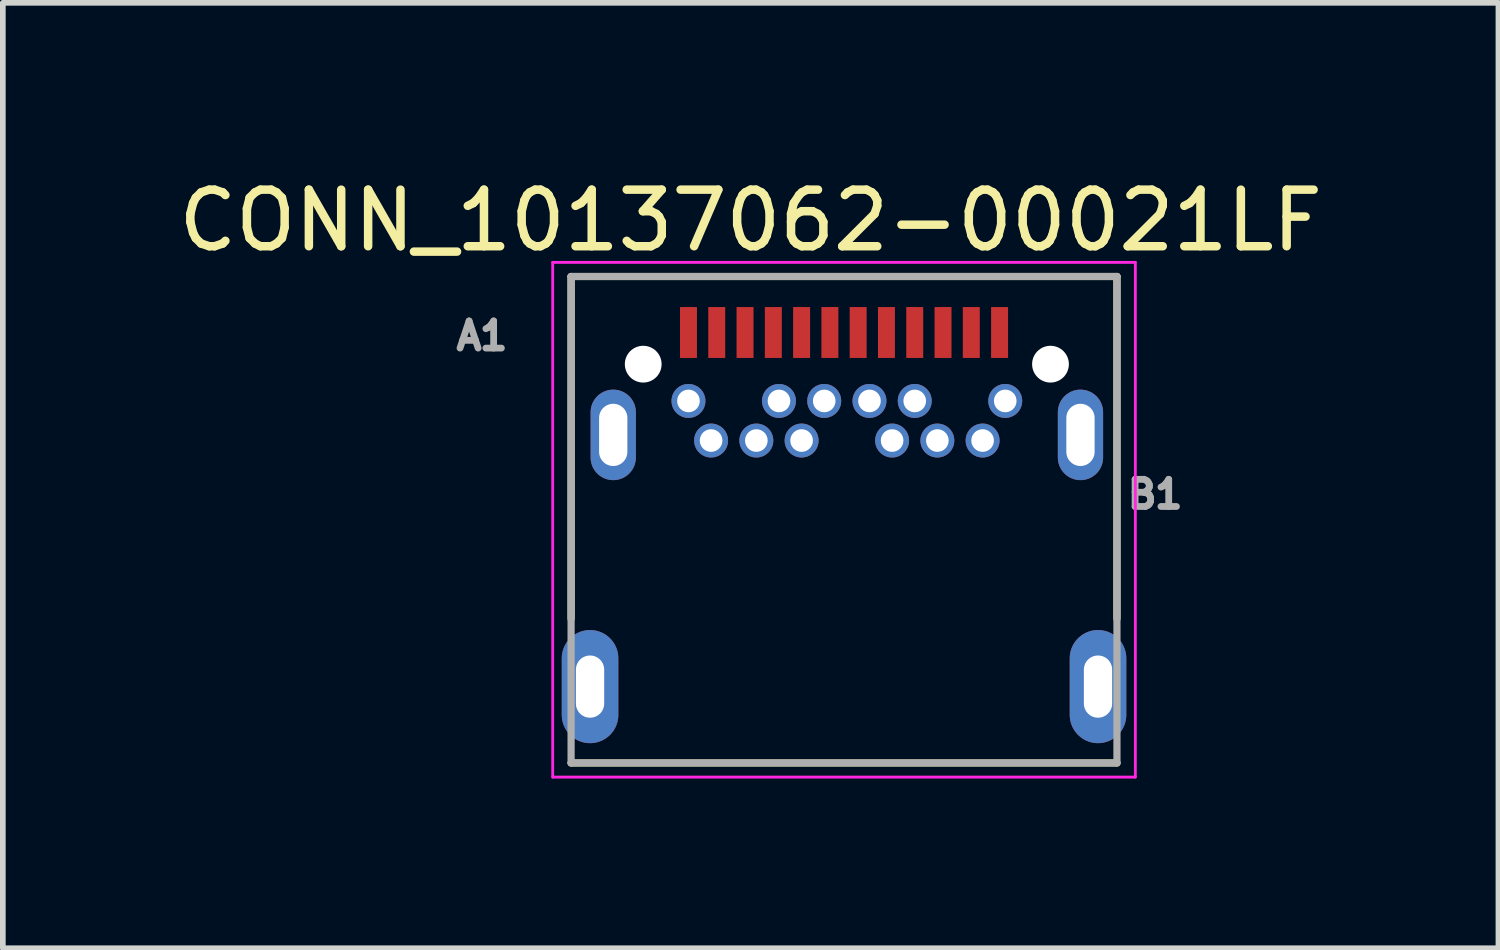
<source format=kicad_pcb>
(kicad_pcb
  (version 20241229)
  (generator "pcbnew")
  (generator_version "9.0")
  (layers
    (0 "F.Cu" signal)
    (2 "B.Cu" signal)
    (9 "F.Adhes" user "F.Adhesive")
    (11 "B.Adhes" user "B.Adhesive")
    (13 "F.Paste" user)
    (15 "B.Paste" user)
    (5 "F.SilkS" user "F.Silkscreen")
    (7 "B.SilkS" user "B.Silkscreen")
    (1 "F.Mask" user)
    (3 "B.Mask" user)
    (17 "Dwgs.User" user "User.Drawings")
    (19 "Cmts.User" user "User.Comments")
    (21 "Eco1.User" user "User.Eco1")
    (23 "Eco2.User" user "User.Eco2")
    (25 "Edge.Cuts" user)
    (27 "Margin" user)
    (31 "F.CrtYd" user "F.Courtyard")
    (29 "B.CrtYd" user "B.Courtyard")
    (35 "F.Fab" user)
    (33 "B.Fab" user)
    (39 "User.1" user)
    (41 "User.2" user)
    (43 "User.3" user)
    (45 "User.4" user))
  (footprint "CONN_10137062-00021LF"
    (layer "F.Cu")
    (at 11.871 3.388)
    (property "Reference" "CONN_10137062-00021LF" (at -1.651 -2.54 0) (layer "F.SilkS") (effects (font (size 1 1) (thickness 0.15))))
    (attr through_hole)
    (fp_line (start -4.825 -1.55) (end -4.825 4.5) (stroke (width 0.127) (type solid)) (layer "F.SilkS"))
    (fp_line (start -4.825 -1.55) (end 4.825 -1.55) (stroke (width 0.127) (type solid)) (layer "F.SilkS"))
    (fp_line (start 4.825 -1.55) (end 4.825 4.5) (stroke (width 0.127) (type solid)) (layer "F.SilkS"))
    (fp_line (start 4.825 7.05) (end -4.825 7.05) (stroke (width 0.127) (type solid)) (layer "F.SilkS"))
    (fp_line (start -5.15 -1.8) (end 5.15 -1.8) (stroke (width 0.05) (type solid)) (layer "F.CrtYd"))
    (fp_line (start -5.15 7.3) (end -5.15 -1.8) (stroke (width 0.05) (type solid)) (layer "F.CrtYd"))
    (fp_line (start 5.15 -1.8) (end 5.15 7.3) (stroke (width 0.05) (type solid)) (layer "F.CrtYd"))
    (fp_line (start 5.15 7.3) (end -5.15 7.3) (stroke (width 0.05) (type solid)) (layer "F.CrtYd"))
    (fp_line (start -4.825 -1.55) (end 4.825 -1.55) (stroke (width 0.127) (type solid)) (layer "F.Fab"))
    (fp_line (start -4.825 7.05) (end -4.825 -1.55) (stroke (width 0.127) (type solid)) (layer "F.Fab"))
    (fp_line (start 4.825 -1.55) (end 4.825 7.05) (stroke (width 0.127) (type solid)) (layer "F.Fab"))
    (fp_line (start 4.825 7.05) (end -4.825 7.05) (stroke (width 0.127) (type solid)) (layer "F.Fab"))
    (fp_text user "B1" (at 5.5 2.3 0) (layer "F.Fab") (effects (font (size 0.48 0.48) (thickness 0.15))))
    (fp_text user "A1" (at -6.4 -0.5 0) (layer "F.Fab") (effects (font (size 0.48 0.48) (thickness 0.15))))
    (pad "" np_thru_hole circle (at -3.55 0) (size 0.65 0.65) (drill 0.65) (layers "*.Cu" "*.Mask"))
    (pad "" np_thru_hole circle (at 3.65 0) (size 0.65 0.65) (drill 0.65) (layers "*.Cu" "*.Mask"))
    (pad "A1" smd rect (at -2.75 -0.56) (size 0.3 0.9) (layers "F.Cu" "F.Mask" "F.Paste"))
    (pad "A2" smd rect (at -2.25 -0.56) (size 0.3 0.9) (layers "F.Cu" "F.Mask" "F.Paste"))
    (pad "A3" smd rect (at -1.75 -0.56) (size 0.3 0.9) (layers "F.Cu" "F.Mask" "F.Paste"))
    (pad "A4" smd rect (at -1.25 -0.56) (size 0.3 0.9) (layers "F.Cu" "F.Mask" "F.Paste"))
    (pad "A5" smd rect (at -0.75 -0.56) (size 0.3 0.9) (layers "F.Cu" "F.Mask" "F.Paste"))
    (pad "A6" smd rect (at -0.25 -0.56) (size 0.3 0.9) (layers "F.Cu" "F.Mask" "F.Paste"))
    (pad "A7" smd rect (at 0.25 -0.56) (size 0.3 0.9) (layers "F.Cu" "F.Mask" "F.Paste"))
    (pad "A8" smd rect (at 0.75 -0.56) (size 0.3 0.9) (layers "F.Cu" "F.Mask" "F.Paste"))
    (pad "A9" smd rect (at 1.25 -0.56) (size 0.3 0.9) (layers "F.Cu" "F.Mask" "F.Paste"))
    (pad "A10" smd rect (at 1.75 -0.56) (size 0.3 0.9) (layers "F.Cu" "F.Mask" "F.Paste"))
    (pad "A11" smd rect (at 2.25 -0.56) (size 0.3 0.9) (layers "F.Cu" "F.Mask" "F.Paste"))
    (pad "A12" smd rect (at 2.75 -0.56) (size 0.3 0.9) (layers "F.Cu" "F.Mask" "F.Paste"))
    (pad "B1" thru_hole circle (at 2.85 0.65) (size 0.6 0.6) (drill 0.4) (layers "*.Cu" "*.Mask"))
    (pad "B2" thru_hole circle (at 2.45 1.35) (size 0.6 0.6) (drill 0.4) (layers "*.Cu" "*.Mask"))
    (pad "B3" thru_hole circle (at 1.65 1.35) (size 0.6 0.6) (drill 0.4) (layers "*.Cu" "*.Mask"))
    (pad "B4" thru_hole circle (at 1.25 0.65) (size 0.6 0.6) (drill 0.4) (layers "*.Cu" "*.Mask"))
    (pad "B5" thru_hole circle (at 0.85 1.35) (size 0.6 0.6) (drill 0.4) (layers "*.Cu" "*.Mask"))
    (pad "B6" thru_hole circle (at 0.45 0.65) (size 0.6 0.6) (drill 0.4) (layers "*.Cu" "*.Mask"))
    (pad "B7" thru_hole circle (at -0.35 0.65) (size 0.6 0.6) (drill 0.4) (layers "*.Cu" "*.Mask"))
    (pad "B8" thru_hole circle (at -0.75 1.35) (size 0.6 0.6) (drill 0.4) (layers "*.Cu" "*.Mask"))
    (pad "B9" thru_hole circle (at -1.15 0.65) (size 0.6 0.6) (drill 0.4) (layers "*.Cu" "*.Mask"))
    (pad "B10" thru_hole circle (at -1.55 1.35) (size 0.6 0.6) (drill 0.4) (layers "*.Cu" "*.Mask"))
    (pad "B11" thru_hole circle (at -2.35 1.35) (size 0.6 0.6) (drill 0.4) (layers "*.Cu" "*.Mask"))
    (pad "B12" thru_hole circle (at -2.75 0.65) (size 0.6 0.6) (drill 0.4) (layers "*.Cu" "*.Mask"))
    (pad "S1" thru_hole oval (at -4.08 1.25) (size 0.8 1.6) (drill oval 0.5 1.1) (layers "*.Cu" "*.Mask"))
    (pad "S2" thru_hole oval (at 4.18 1.25) (size 0.8 1.6) (drill oval 0.5 1.1) (layers "*.Cu" "*.Mask"))
    (pad "S3" thru_hole oval (at -4.49 5.7) (size 1 2) (drill oval 0.5 1.1) (layers "*.Cu" "*.Mask"))
    (pad "S4" thru_hole oval (at 4.49 5.7) (size 1 2) (drill oval 0.5 1.1) (layers "*.Cu" "*.Mask")))
  (gr_rect
    (start -3 -3)
    (end 23.44 13.713)
    (stroke (width 0.1) (type default))
    (fill no)
    (layer "Edge.Cuts")))
</source>
